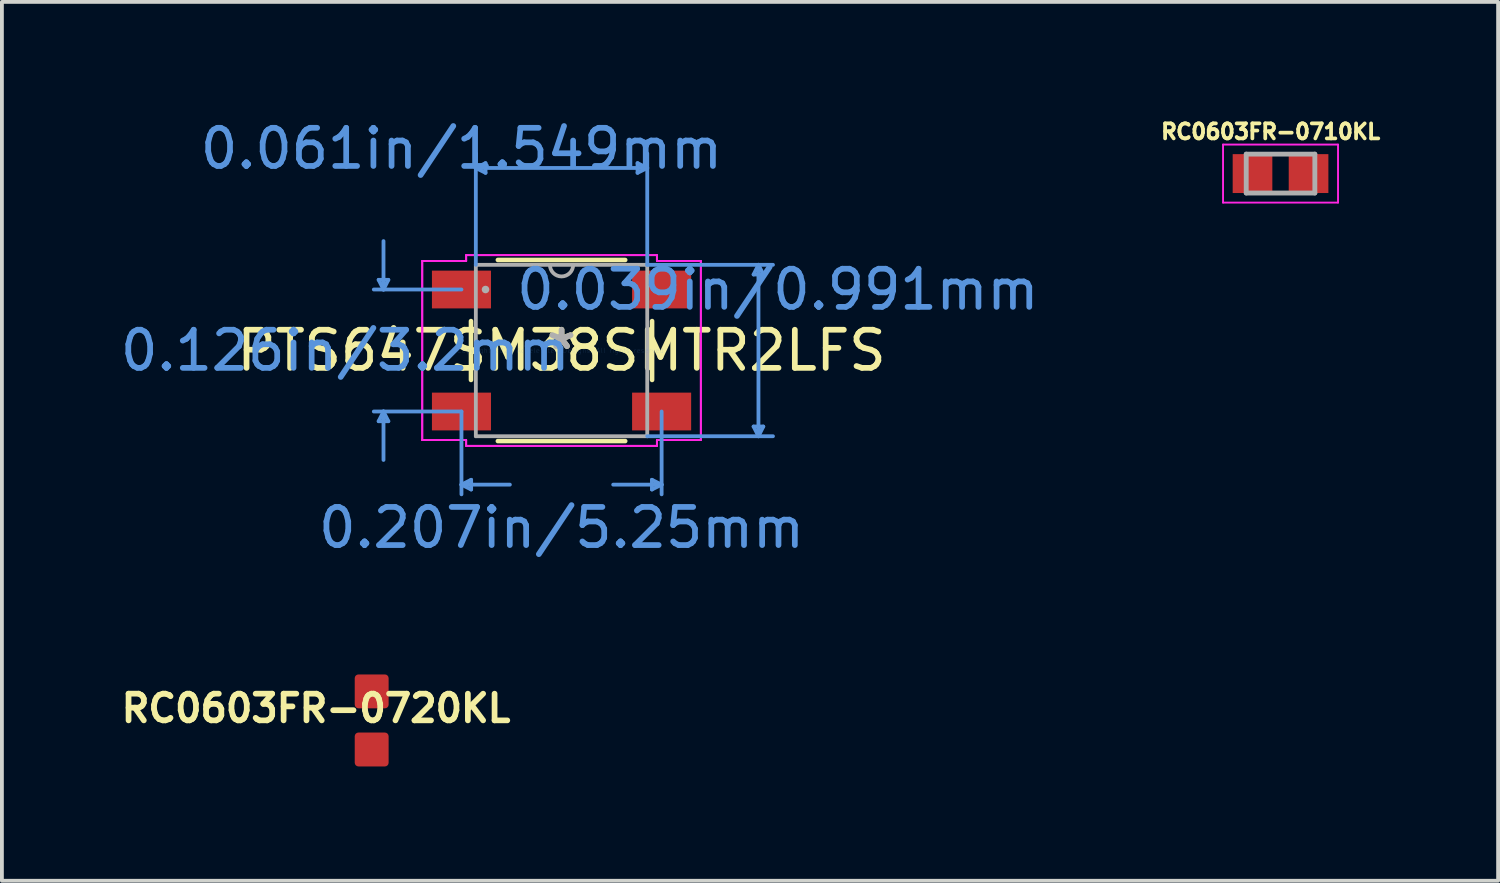
<source format=kicad_pcb>
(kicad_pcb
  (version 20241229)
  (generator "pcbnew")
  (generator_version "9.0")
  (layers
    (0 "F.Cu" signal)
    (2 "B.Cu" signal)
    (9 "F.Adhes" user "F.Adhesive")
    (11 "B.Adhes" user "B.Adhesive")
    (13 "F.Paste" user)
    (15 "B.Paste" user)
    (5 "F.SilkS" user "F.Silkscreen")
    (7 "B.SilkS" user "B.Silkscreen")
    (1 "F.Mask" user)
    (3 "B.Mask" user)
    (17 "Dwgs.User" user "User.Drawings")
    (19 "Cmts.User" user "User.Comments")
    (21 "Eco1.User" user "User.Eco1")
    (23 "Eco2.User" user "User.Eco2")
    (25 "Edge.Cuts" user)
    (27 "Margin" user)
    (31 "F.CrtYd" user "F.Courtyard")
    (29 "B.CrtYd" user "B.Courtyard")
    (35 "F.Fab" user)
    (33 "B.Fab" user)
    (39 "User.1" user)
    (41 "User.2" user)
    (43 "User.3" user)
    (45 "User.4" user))
  (footprint "PTS647SM38SMTR2LFS"
    (layer "F.Cu")
    (at 11.679 6.144)
    (property "Reference" "PTS647SM38SMTR2LFS" (at 0 0 0) (layer "F.SilkS") (effects (font (size 1 1) (thickness 0.15))))
    (attr through_hole)
    (fp_line (start -2.375 -0.772) (end -2.375 0.772) (stroke (width 0.12) (type solid)) (layer "F.SilkS"))
    (fp_line (start -1.67 2.375) (end 1.67 2.375) (stroke (width 0.12) (type solid)) (layer "F.SilkS"))
    (fp_line (start 1.67 -2.375) (end -1.67 -2.375) (stroke (width 0.12) (type solid)) (layer "F.SilkS"))
    (fp_line (start 2.375 0.772) (end 2.375 -0.772) (stroke (width 0.12) (type solid)) (layer "F.SilkS"))
    (fp_line (start -4.797 -1.854) (end -4.67 -1.6) (stroke (width 0.1) (type solid)) (layer "Cmts.User"))
    (fp_line (start -4.797 1.854) (end -4.67 1.6) (stroke (width 0.1) (type solid)) (layer "Cmts.User"))
    (fp_line (start -4.67 -1.6) (end -4.67 -2.87) (stroke (width 0.1) (type solid)) (layer "Cmts.User"))
    (fp_line (start -4.67 -1.6) (end -4.543 -1.854) (stroke (width 0.1) (type solid)) (layer "Cmts.User"))
    (fp_line (start -4.67 1.6) (end -4.67 2.87) (stroke (width 0.1) (type solid)) (layer "Cmts.User"))
    (fp_line (start -4.67 1.6) (end -4.543 1.854) (stroke (width 0.1) (type solid)) (layer "Cmts.User"))
    (fp_line (start -4.543 -1.854) (end -4.797 -1.854) (stroke (width 0.1) (type solid)) (layer "Cmts.User"))
    (fp_line (start -4.543 1.854) (end -4.797 1.854) (stroke (width 0.1) (type solid)) (layer "Cmts.User"))
    (fp_line (start -2.625 -1.6) (end -4.924 -1.6) (stroke (width 0.1) (type solid)) (layer "Cmts.User"))
    (fp_line (start -2.625 1.6) (end -4.924 1.6) (stroke (width 0.1) (type solid)) (layer "Cmts.User"))
    (fp_line (start -2.625 1.6) (end -2.625 3.772) (stroke (width 0.1) (type solid)) (layer "Cmts.User"))
    (fp_line (start -2.625 3.518) (end -2.371 3.645) (stroke (width 0.1) (type solid)) (layer "Cmts.User"))
    (fp_line (start -2.625 3.518) (end -1.355 3.518) (stroke (width 0.1) (type solid)) (layer "Cmts.User"))
    (fp_line (start -2.371 3.391) (end -2.625 3.518) (stroke (width 0.1) (type solid)) (layer "Cmts.User"))
    (fp_line (start -2.371 3.645) (end -2.371 3.391) (stroke (width 0.1) (type solid)) (layer "Cmts.User"))
    (fp_line (start -2.248 -4.788) (end -1.994 -4.915) (stroke (width 0.1) (type solid)) (layer "Cmts.User"))
    (fp_line (start -2.248 -4.788) (end -1.994 -4.661) (stroke (width 0.1) (type solid)) (layer "Cmts.User"))
    (fp_line (start -2.248 -4.788) (end 2.248 -4.788) (stroke (width 0.1) (type solid)) (layer "Cmts.User"))
    (fp_line (start -2.248 -2.248) (end -2.248 -5.169) (stroke (width 0.1) (type solid)) (layer "Cmts.User"))
    (fp_line (start -1.994 -4.915) (end -1.994 -4.661) (stroke (width 0.1) (type solid)) (layer "Cmts.User"))
    (fp_line (start 1.994 -4.915) (end 1.994 -4.661) (stroke (width 0.1) (type solid)) (layer "Cmts.User"))
    (fp_line (start 2.248 -4.788) (end 1.994 -4.915) (stroke (width 0.1) (type solid)) (layer "Cmts.User"))
    (fp_line (start 2.248 -4.788) (end 1.994 -4.661) (stroke (width 0.1) (type solid)) (layer "Cmts.User"))
    (fp_line (start 2.248 -2.248) (end 2.248 -5.169) (stroke (width 0.1) (type solid)) (layer "Cmts.User"))
    (fp_line (start 2.248 -2.248) (end 5.546 -2.248) (stroke (width 0.1) (type solid)) (layer "Cmts.User"))
    (fp_line (start 2.248 2.248) (end 5.546 2.248) (stroke (width 0.1) (type solid)) (layer "Cmts.User"))
    (fp_line (start 2.371 3.391) (end 2.625 3.518) (stroke (width 0.1) (type solid)) (layer "Cmts.User"))
    (fp_line (start 2.371 3.645) (end 2.371 3.391) (stroke (width 0.1) (type solid)) (layer "Cmts.User"))
    (fp_line (start 2.625 1.6) (end 2.625 3.772) (stroke (width 0.1) (type solid)) (layer "Cmts.User"))
    (fp_line (start 2.625 3.518) (end 1.355 3.518) (stroke (width 0.1) (type solid)) (layer "Cmts.User"))
    (fp_line (start 2.625 3.518) (end 2.371 3.645) (stroke (width 0.1) (type solid)) (layer "Cmts.User"))
    (fp_line (start 5.038 -1.994) (end 5.292 -1.994) (stroke (width 0.1) (type solid)) (layer "Cmts.User"))
    (fp_line (start 5.038 1.994) (end 5.292 1.994) (stroke (width 0.1) (type solid)) (layer "Cmts.User"))
    (fp_line (start 5.165 -2.248) (end 5.038 -1.994) (stroke (width 0.1) (type solid)) (layer "Cmts.User"))
    (fp_line (start 5.165 -2.248) (end 5.165 2.248) (stroke (width 0.1) (type solid)) (layer "Cmts.User"))
    (fp_line (start 5.165 -2.248) (end 5.292 -1.994) (stroke (width 0.1) (type solid)) (layer "Cmts.User"))
    (fp_line (start 5.165 2.248) (end 5.038 1.994) (stroke (width 0.1) (type solid)) (layer "Cmts.User"))
    (fp_line (start 5.165 2.248) (end 5.292 1.994) (stroke (width 0.1) (type solid)) (layer "Cmts.User"))
    (fp_line (start -3.654 -2.349) (end -2.502 -2.349) (stroke (width 0.05) (type solid)) (layer "F.CrtYd"))
    (fp_line (start -3.654 -2.349) (end -2.502 -2.349) (stroke (width 0.05) (type solid)) (layer "F.CrtYd"))
    (fp_line (start -3.654 2.349) (end -3.654 -2.349) (stroke (width 0.05) (type solid)) (layer "F.CrtYd"))
    (fp_line (start -3.654 2.349) (end -3.654 -2.349) (stroke (width 0.05) (type solid)) (layer "F.CrtYd"))
    (fp_line (start -3.654 2.349) (end -2.502 2.349) (stroke (width 0.05) (type solid)) (layer "F.CrtYd"))
    (fp_line (start -2.502 -2.502) (end 2.502 -2.502) (stroke (width 0.05) (type solid)) (layer "F.CrtYd"))
    (fp_line (start -2.502 -2.502) (end 2.502 -2.502) (stroke (width 0.05) (type solid)) (layer "F.CrtYd"))
    (fp_line (start -2.502 -2.349) (end -2.502 -2.502) (stroke (width 0.05) (type solid)) (layer "F.CrtYd"))
    (fp_line (start -2.502 -2.349) (end -2.502 -2.502) (stroke (width 0.05) (type solid)) (layer "F.CrtYd"))
    (fp_line (start -2.502 2.349) (end -3.654 2.349) (stroke (width 0.05) (type solid)) (layer "F.CrtYd"))
    (fp_line (start -2.502 2.502) (end -2.502 2.349) (stroke (width 0.05) (type solid)) (layer "F.CrtYd"))
    (fp_line (start -2.502 2.502) (end -2.502 2.349) (stroke (width 0.05) (type solid)) (layer "F.CrtYd"))
    (fp_line (start 2.502 -2.502) (end 2.502 -2.349) (stroke (width 0.05) (type solid)) (layer "F.CrtYd"))
    (fp_line (start 2.502 -2.502) (end 2.502 -2.349) (stroke (width 0.05) (type solid)) (layer "F.CrtYd"))
    (fp_line (start 2.502 -2.349) (end 3.654 -2.349) (stroke (width 0.05) (type solid)) (layer "F.CrtYd"))
    (fp_line (start 2.502 2.349) (end 2.502 2.502) (stroke (width 0.05) (type solid)) (layer "F.CrtYd"))
    (fp_line (start 2.502 2.349) (end 2.502 2.502) (stroke (width 0.05) (type solid)) (layer "F.CrtYd"))
    (fp_line (start 2.502 2.502) (end -2.502 2.502) (stroke (width 0.05) (type solid)) (layer "F.CrtYd"))
    (fp_line (start 2.502 2.502) (end -2.502 2.502) (stroke (width 0.05) (type solid)) (layer "F.CrtYd"))
    (fp_line (start 3.654 -2.349) (end 2.502 -2.349) (stroke (width 0.05) (type solid)) (layer "F.CrtYd"))
    (fp_line (start 3.654 -2.349) (end 3.654 2.349) (stroke (width 0.05) (type solid)) (layer "F.CrtYd"))
    (fp_line (start 3.654 -2.349) (end 3.654 2.349) (stroke (width 0.05) (type solid)) (layer "F.CrtYd"))
    (fp_line (start 3.654 2.349) (end 2.502 2.349) (stroke (width 0.05) (type solid)) (layer "F.CrtYd"))
    (fp_line (start 3.654 2.349) (end 2.502 2.349) (stroke (width 0.05) (type solid)) (layer "F.CrtYd"))
    (fp_line (start -2.248 -2.248) (end -2.248 2.248) (stroke (width 0.1) (type solid)) (layer "F.Fab"))
    (fp_line (start -2.248 2.248) (end 2.248 2.248) (stroke (width 0.1) (type solid)) (layer "F.Fab"))
    (fp_line (start 2.248 -2.248) (end -2.248 -2.248) (stroke (width 0.1) (type solid)) (layer "F.Fab"))
    (fp_line (start 2.248 2.248) (end 2.248 -2.248) (stroke (width 0.1) (type solid)) (layer "F.Fab"))
    (fp_arc (start 0.3048 -2.2479) (mid 0 -1.9431) (end -0.3048 -2.2479) (stroke (width 0.1) (type solid)) (layer "F.Fab"))
    (fp_circle (center -1.994 -1.6) (end -1.994 -1.6) (stroke (width 0.1) (type solid)) (fill no) (layer "F.Fab"))
    (fp_text user "*" (at 0 0 0) (layer "F.SilkS") (effects (font (size 1 1) (thickness 0.15))))
    (fp_text user "Copyright 2021 Accelerated Designs. All rights reserved." (at 0 0 0) (layer "Cmts.User") (effects (font (size 0.127 0.127) (thickness 0.002))))
    (fp_text user "0.207in/5.25mm" (at 0 4.648 0) (layer "Cmts.User") (effects (font (size 1 1) (thickness 0.15))))
    (fp_text user "0.061in/1.549mm" (at -2.625 -5.296 0) (layer "Cmts.User") (effects (font (size 1 1) (thickness 0.15))))
    (fp_text user "0.126in/3.2mm" (at -5.673 0 0) (layer "Cmts.User") (effects (font (size 1 1) (thickness 0.15))))
    (fp_text user "0.039in/0.991mm" (at 5.673 -1.6 0) (layer "Cmts.User") (effects (font (size 1 1) (thickness 0.15))))
    (fp_text user "*" (at 0 0 0) (layer "F.Fab") (effects (font (size 1 1) (thickness 0.15))))
    (pad "1" smd rect (at -2.625 -1.6) (size 1.549 0.991) (layers "F.Cu" "F.Mask" "F.Paste"))
    (pad "2" smd rect (at 2.625 -1.6) (size 1.549 0.991) (layers "F.Cu" "F.Mask" "F.Paste"))
    (pad "3" smd rect (at -2.625 1.6) (size 1.549 0.991) (layers "F.Cu" "F.Mask" "F.Paste"))
    (pad "4" smd rect (at 2.625 1.6) (size 1.549 0.991) (layers "F.Cu" "F.Mask" "F.Paste")))
  (footprint "RC0603FR-0720KL"
    (layer "F.Cu")
    (at 6.699 15.847)
    (property "Reference" "RC0603FR-0720KL" (at -1.46 -0.318 180) (layer "F.SilkS") (effects (font (size 0.7 0.7) (thickness 0.15))))
    (attr smd)
    (pad "1" smd roundrect (at 0 -0.762 270) (size 0.889 0.889) (layers "F.Cu" "F.Mask" "F.Paste") (roundrect_rratio 0.11))
    (pad "2" smd roundrect (at 0 0.762 270) (size 0.889 0.889) (layers "F.Cu" "F.Mask" "F.Paste") (roundrect_rratio 0.11)))
  (footprint "RC0603FR-0710KL"
    (layer "F.Cu")
    (at 30.538 1.503)
    (property "Reference" "RC0603FR-0710KL" (at -0.26 -1.1 0) (layer "F.SilkS") (effects (font (size 0.394 0.394) (thickness 0.15))))
    (attr smd)
    (fp_line (start -1.508 -0.761) (end 1.508 -0.761) (stroke (width 0.05) (type solid)) (layer "F.CrtYd"))
    (fp_line (start -1.508 0.761) (end -1.508 -0.761) (stroke (width 0.05) (type solid)) (layer "F.CrtYd"))
    (fp_line (start -1.508 0.761) (end 1.508 0.761) (stroke (width 0.05) (type solid)) (layer "F.CrtYd"))
    (fp_line (start 1.508 0.761) (end 1.508 -0.761) (stroke (width 0.05) (type solid)) (layer "F.CrtYd"))
    (fp_line (start -0.9 0.51) (end -0.9 -0.51) (stroke (width 0.127) (type solid)) (layer "F.Fab"))
    (fp_line (start 0.9 -0.51) (end -0.9 -0.51) (stroke (width 0.127) (type solid)) (layer "F.Fab"))
    (fp_line (start 0.9 0.51) (end -0.9 0.51) (stroke (width 0.127) (type solid)) (layer "F.Fab"))
    (fp_line (start 0.9 0.51) (end 0.9 -0.51) (stroke (width 0.127) (type solid)) (layer "F.Fab"))
    (pad "1" smd rect (at -0.735 0) (size 1.04 1.02) (layers "F.Cu" "F.Mask" "F.Paste"))
    (pad "2" smd rect (at 0.735 0) (size 1.04 1.02) (layers "F.Cu" "F.Mask" "F.Paste")))
  (gr_rect
    (start -3 -3)
    (end 36.245 20.053)
    (stroke (width 0.1) (type default))
    (fill no)
    (layer "Edge.Cuts")))
</source>
